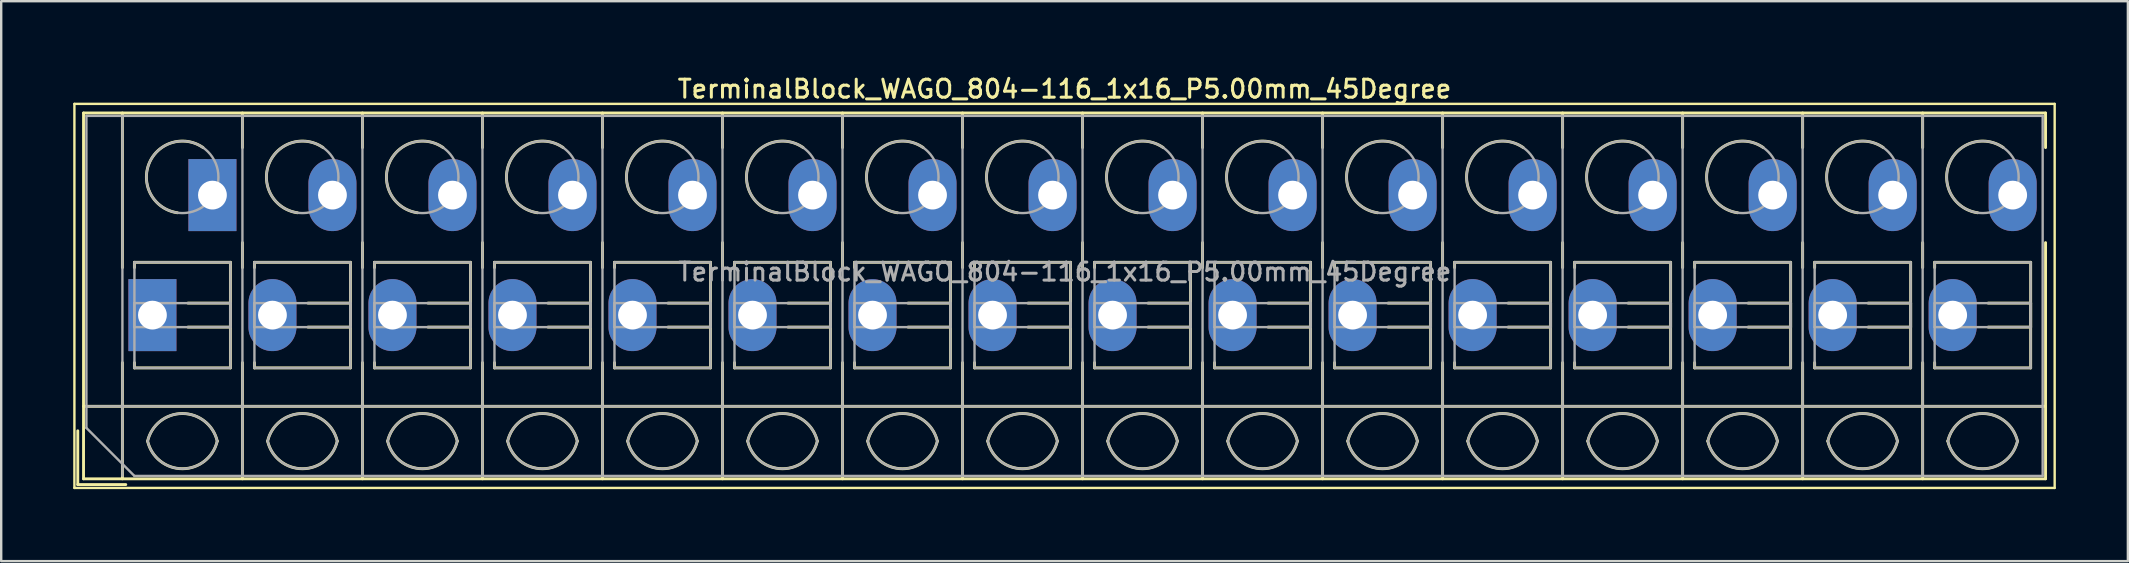
<source format=kicad_pcb>
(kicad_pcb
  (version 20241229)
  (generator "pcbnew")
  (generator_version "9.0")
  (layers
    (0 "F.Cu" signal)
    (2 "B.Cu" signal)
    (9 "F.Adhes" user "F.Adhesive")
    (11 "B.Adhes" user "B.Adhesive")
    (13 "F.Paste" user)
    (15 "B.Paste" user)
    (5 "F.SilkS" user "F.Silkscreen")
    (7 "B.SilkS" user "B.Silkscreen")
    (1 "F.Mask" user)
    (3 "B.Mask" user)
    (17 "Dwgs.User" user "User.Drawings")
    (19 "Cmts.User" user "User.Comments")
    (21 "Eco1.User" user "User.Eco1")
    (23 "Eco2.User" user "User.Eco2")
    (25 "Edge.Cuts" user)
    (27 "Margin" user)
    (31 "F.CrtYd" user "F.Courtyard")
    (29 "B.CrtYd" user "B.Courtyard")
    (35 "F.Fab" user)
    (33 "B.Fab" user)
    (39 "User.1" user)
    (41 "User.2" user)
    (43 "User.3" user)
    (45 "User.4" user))
  (footprint "TerminalBlock_WAGO_804-116_1x16_P5.00mm_45Degree"
    (layer "F.Cu")
    (at 3.3 10.078)
    (property "Reference" "TerminalBlock_WAGO_804-116_1x16_P5.00mm_45Degree" (at 38 -9.42 0) (layer "F.SilkS") (effects (font (size 0.75 0.75) (thickness 0.125))))
    (attr through_hole)
    (fp_line (start -3.25 -8.8) (end -3.25 7.2) (stroke (width 0.1) (type solid)) (layer "F.SilkS"))
    (fp_line (start -3.25 7.2) (end 79.25 7.2) (stroke (width 0.1) (type solid)) (layer "F.SilkS"))
    (fp_line (start -3.11 4.82) (end -3.11 7.06) (stroke (width 0.12) (type solid)) (layer "F.SilkS"))
    (fp_line (start -3.11 7.06) (end -1.11 7.06) (stroke (width 0.12) (type solid)) (layer "F.SilkS"))
    (fp_line (start -2.87 -8.42) (end -2.87 6.82) (stroke (width 0.12) (type solid)) (layer "F.SilkS"))
    (fp_line (start -2.87 -8.42) (end 78.87 -8.42) (stroke (width 0.12) (type solid)) (layer "F.SilkS"))
    (fp_line (start -2.87 3.8) (end 78.87 3.8) (stroke (width 0.12) (type solid)) (layer "F.SilkS"))
    (fp_line (start -2.87 6.82) (end 78.87 6.82) (stroke (width 0.12) (type solid)) (layer "F.SilkS"))
    (fp_line (start -1.25 -8.42) (end -1.25 -1.98) (stroke (width 0.12) (type solid)) (layer "F.SilkS"))
    (fp_line (start -1.25 1.98) (end -1.25 6.82) (stroke (width 0.12) (type solid)) (layer "F.SilkS"))
    (fp_line (start -0.75 -2.2) (end -0.75 -1.98) (stroke (width 0.12) (type solid)) (layer "F.SilkS"))
    (fp_line (start -0.75 -2.2) (end 3.25 -2.2) (stroke (width 0.12) (type solid)) (layer "F.SilkS"))
    (fp_line (start -0.75 1.98) (end -0.75 2.2) (stroke (width 0.12) (type solid)) (layer "F.SilkS"))
    (fp_line (start -0.75 2.2) (end 3.25 2.2) (stroke (width 0.12) (type solid)) (layer "F.SilkS"))
    (fp_line (start 1.48 -0.5) (end 3.25 -0.5) (stroke (width 0.12) (type solid)) (layer "F.SilkS"))
    (fp_line (start 1.48 0.5) (end 3.25 0.5) (stroke (width 0.12) (type solid)) (layer "F.SilkS"))
    (fp_line (start 3.25 -2.2) (end 3.25 2.2) (stroke (width 0.12) (type solid)) (layer "F.SilkS"))
    (fp_line (start 3.25 -0.5) (end 3.25 0.5) (stroke (width 0.12) (type solid)) (layer "F.SilkS"))
    (fp_line (start 3.75 -8.42) (end 3.75 -6.98) (stroke (width 0.12) (type solid)) (layer "F.SilkS"))
    (fp_line (start 3.75 -3.02) (end 3.75 -1.98) (stroke (width 0.12) (type solid)) (layer "F.SilkS"))
    (fp_line (start 3.75 1.98) (end 3.75 6.82) (stroke (width 0.12) (type solid)) (layer "F.SilkS"))
    (fp_line (start 4.25 -2.2) (end 4.25 -1.98) (stroke (width 0.12) (type solid)) (layer "F.SilkS"))
    (fp_line (start 4.25 -2.2) (end 8.25 -2.2) (stroke (width 0.12) (type solid)) (layer "F.SilkS"))
    (fp_line (start 4.25 1.98) (end 4.25 2.2) (stroke (width 0.12) (type solid)) (layer "F.SilkS"))
    (fp_line (start 4.25 2.2) (end 8.25 2.2) (stroke (width 0.12) (type solid)) (layer "F.SilkS"))
    (fp_line (start 6.48 -0.5) (end 8.25 -0.5) (stroke (width 0.12) (type solid)) (layer "F.SilkS"))
    (fp_line (start 6.48 0.5) (end 8.25 0.5) (stroke (width 0.12) (type solid)) (layer "F.SilkS"))
    (fp_line (start 8.25 -2.2) (end 8.25 2.2) (stroke (width 0.12) (type solid)) (layer "F.SilkS"))
    (fp_line (start 8.25 -0.5) (end 8.25 0.5) (stroke (width 0.12) (type solid)) (layer "F.SilkS"))
    (fp_line (start 8.75 -8.42) (end 8.75 -6.98) (stroke (width 0.12) (type solid)) (layer "F.SilkS"))
    (fp_line (start 8.75 -3.02) (end 8.75 -1.98) (stroke (width 0.12) (type solid)) (layer "F.SilkS"))
    (fp_line (start 8.75 1.98) (end 8.75 6.82) (stroke (width 0.12) (type solid)) (layer "F.SilkS"))
    (fp_line (start 9.25 -2.2) (end 9.25 -1.98) (stroke (width 0.12) (type solid)) (layer "F.SilkS"))
    (fp_line (start 9.25 -2.2) (end 13.25 -2.2) (stroke (width 0.12) (type solid)) (layer "F.SilkS"))
    (fp_line (start 9.25 1.98) (end 9.25 2.2) (stroke (width 0.12) (type solid)) (layer "F.SilkS"))
    (fp_line (start 9.25 2.2) (end 13.25 2.2) (stroke (width 0.12) (type solid)) (layer "F.SilkS"))
    (fp_line (start 11.48 -0.5) (end 13.25 -0.5) (stroke (width 0.12) (type solid)) (layer "F.SilkS"))
    (fp_line (start 11.48 0.5) (end 13.25 0.5) (stroke (width 0.12) (type solid)) (layer "F.SilkS"))
    (fp_line (start 13.25 -2.2) (end 13.25 2.2) (stroke (width 0.12) (type solid)) (layer "F.SilkS"))
    (fp_line (start 13.25 -0.5) (end 13.25 0.5) (stroke (width 0.12) (type solid)) (layer "F.SilkS"))
    (fp_line (start 13.75 -8.42) (end 13.75 -6.98) (stroke (width 0.12) (type solid)) (layer "F.SilkS"))
    (fp_line (start 13.75 -3.02) (end 13.75 -1.98) (stroke (width 0.12) (type solid)) (layer "F.SilkS"))
    (fp_line (start 13.75 1.98) (end 13.75 6.82) (stroke (width 0.12) (type solid)) (layer "F.SilkS"))
    (fp_line (start 14.25 -2.2) (end 14.25 -1.98) (stroke (width 0.12) (type solid)) (layer "F.SilkS"))
    (fp_line (start 14.25 -2.2) (end 18.25 -2.2) (stroke (width 0.12) (type solid)) (layer "F.SilkS"))
    (fp_line (start 14.25 1.98) (end 14.25 2.2) (stroke (width 0.12) (type solid)) (layer "F.SilkS"))
    (fp_line (start 14.25 2.2) (end 18.25 2.2) (stroke (width 0.12) (type solid)) (layer "F.SilkS"))
    (fp_line (start 16.48 -0.5) (end 18.25 -0.5) (stroke (width 0.12) (type solid)) (layer "F.SilkS"))
    (fp_line (start 16.48 0.5) (end 18.25 0.5) (stroke (width 0.12) (type solid)) (layer "F.SilkS"))
    (fp_line (start 18.25 -2.2) (end 18.25 2.2) (stroke (width 0.12) (type solid)) (layer "F.SilkS"))
    (fp_line (start 18.25 -0.5) (end 18.25 0.5) (stroke (width 0.12) (type solid)) (layer "F.SilkS"))
    (fp_line (start 18.75 -8.42) (end 18.75 -6.98) (stroke (width 0.12) (type solid)) (layer "F.SilkS"))
    (fp_line (start 18.75 -3.02) (end 18.75 -1.98) (stroke (width 0.12) (type solid)) (layer "F.SilkS"))
    (fp_line (start 18.75 1.98) (end 18.75 6.82) (stroke (width 0.12) (type solid)) (layer "F.SilkS"))
    (fp_line (start 19.25 -2.2) (end 19.25 -1.98) (stroke (width 0.12) (type solid)) (layer "F.SilkS"))
    (fp_line (start 19.25 -2.2) (end 23.25 -2.2) (stroke (width 0.12) (type solid)) (layer "F.SilkS"))
    (fp_line (start 19.25 1.98) (end 19.25 2.2) (stroke (width 0.12) (type solid)) (layer "F.SilkS"))
    (fp_line (start 19.25 2.2) (end 23.25 2.2) (stroke (width 0.12) (type solid)) (layer "F.SilkS"))
    (fp_line (start 21.48 -0.5) (end 23.25 -0.5) (stroke (width 0.12) (type solid)) (layer "F.SilkS"))
    (fp_line (start 21.48 0.5) (end 23.25 0.5) (stroke (width 0.12) (type solid)) (layer "F.SilkS"))
    (fp_line (start 23.25 -2.2) (end 23.25 2.2) (stroke (width 0.12) (type solid)) (layer "F.SilkS"))
    (fp_line (start 23.25 -0.5) (end 23.25 0.5) (stroke (width 0.12) (type solid)) (layer "F.SilkS"))
    (fp_line (start 23.75 -8.42) (end 23.75 -6.98) (stroke (width 0.12) (type solid)) (layer "F.SilkS"))
    (fp_line (start 23.75 -3.02) (end 23.75 -1.98) (stroke (width 0.12) (type solid)) (layer "F.SilkS"))
    (fp_line (start 23.75 1.98) (end 23.75 6.82) (stroke (width 0.12) (type solid)) (layer "F.SilkS"))
    (fp_line (start 24.25 -2.2) (end 24.25 -1.98) (stroke (width 0.12) (type solid)) (layer "F.SilkS"))
    (fp_line (start 24.25 -2.2) (end 28.25 -2.2) (stroke (width 0.12) (type solid)) (layer "F.SilkS"))
    (fp_line (start 24.25 1.98) (end 24.25 2.2) (stroke (width 0.12) (type solid)) (layer "F.SilkS"))
    (fp_line (start 24.25 2.2) (end 28.25 2.2) (stroke (width 0.12) (type solid)) (layer "F.SilkS"))
    (fp_line (start 26.48 -0.5) (end 28.25 -0.5) (stroke (width 0.12) (type solid)) (layer "F.SilkS"))
    (fp_line (start 26.48 0.5) (end 28.25 0.5) (stroke (width 0.12) (type solid)) (layer "F.SilkS"))
    (fp_line (start 28.25 -2.2) (end 28.25 2.2) (stroke (width 0.12) (type solid)) (layer "F.SilkS"))
    (fp_line (start 28.25 -0.5) (end 28.25 0.5) (stroke (width 0.12) (type solid)) (layer "F.SilkS"))
    (fp_line (start 28.75 -8.42) (end 28.75 -6.98) (stroke (width 0.12) (type solid)) (layer "F.SilkS"))
    (fp_line (start 28.75 -3.02) (end 28.75 -1.98) (stroke (width 0.12) (type solid)) (layer "F.SilkS"))
    (fp_line (start 28.75 1.98) (end 28.75 6.82) (stroke (width 0.12) (type solid)) (layer "F.SilkS"))
    (fp_line (start 29.25 -2.2) (end 29.25 -1.98) (stroke (width 0.12) (type solid)) (layer "F.SilkS"))
    (fp_line (start 29.25 -2.2) (end 33.25 -2.2) (stroke (width 0.12) (type solid)) (layer "F.SilkS"))
    (fp_line (start 29.25 1.98) (end 29.25 2.2) (stroke (width 0.12) (type solid)) (layer "F.SilkS"))
    (fp_line (start 29.25 2.2) (end 33.25 2.2) (stroke (width 0.12) (type solid)) (layer "F.SilkS"))
    (fp_line (start 31.48 -0.5) (end 33.25 -0.5) (stroke (width 0.12) (type solid)) (layer "F.SilkS"))
    (fp_line (start 31.48 0.5) (end 33.25 0.5) (stroke (width 0.12) (type solid)) (layer "F.SilkS"))
    (fp_line (start 33.25 -2.2) (end 33.25 2.2) (stroke (width 0.12) (type solid)) (layer "F.SilkS"))
    (fp_line (start 33.25 -0.5) (end 33.25 0.5) (stroke (width 0.12) (type solid)) (layer "F.SilkS"))
    (fp_line (start 33.75 -8.42) (end 33.75 -6.98) (stroke (width 0.12) (type solid)) (layer "F.SilkS"))
    (fp_line (start 33.75 -3.02) (end 33.75 -1.98) (stroke (width 0.12) (type solid)) (layer "F.SilkS"))
    (fp_line (start 33.75 1.98) (end 33.75 6.82) (stroke (width 0.12) (type solid)) (layer "F.SilkS"))
    (fp_line (start 34.25 -2.2) (end 34.25 -1.98) (stroke (width 0.12) (type solid)) (layer "F.SilkS"))
    (fp_line (start 34.25 -2.2) (end 38.25 -2.2) (stroke (width 0.12) (type solid)) (layer "F.SilkS"))
    (fp_line (start 34.25 1.98) (end 34.25 2.2) (stroke (width 0.12) (type solid)) (layer "F.SilkS"))
    (fp_line (start 34.25 2.2) (end 38.25 2.2) (stroke (width 0.12) (type solid)) (layer "F.SilkS"))
    (fp_line (start 36.48 -0.5) (end 38.25 -0.5) (stroke (width 0.12) (type solid)) (layer "F.SilkS"))
    (fp_line (start 36.48 0.5) (end 38.25 0.5) (stroke (width 0.12) (type solid)) (layer "F.SilkS"))
    (fp_line (start 38.25 -2.2) (end 38.25 2.2) (stroke (width 0.12) (type solid)) (layer "F.SilkS"))
    (fp_line (start 38.25 -0.5) (end 38.25 0.5) (stroke (width 0.12) (type solid)) (layer "F.SilkS"))
    (fp_line (start 38.75 -8.42) (end 38.75 -6.98) (stroke (width 0.12) (type solid)) (layer "F.SilkS"))
    (fp_line (start 38.75 -3.02) (end 38.75 -1.98) (stroke (width 0.12) (type solid)) (layer "F.SilkS"))
    (fp_line (start 38.75 1.98) (end 38.75 6.82) (stroke (width 0.12) (type solid)) (layer "F.SilkS"))
    (fp_line (start 39.25 -2.2) (end 39.25 -1.98) (stroke (width 0.12) (type solid)) (layer "F.SilkS"))
    (fp_line (start 39.25 -2.2) (end 43.25 -2.2) (stroke (width 0.12) (type solid)) (layer "F.SilkS"))
    (fp_line (start 39.25 1.98) (end 39.25 2.2) (stroke (width 0.12) (type solid)) (layer "F.SilkS"))
    (fp_line (start 39.25 2.2) (end 43.25 2.2) (stroke (width 0.12) (type solid)) (layer "F.SilkS"))
    (fp_line (start 41.48 -0.5) (end 43.25 -0.5) (stroke (width 0.12) (type solid)) (layer "F.SilkS"))
    (fp_line (start 41.48 0.5) (end 43.25 0.5) (stroke (width 0.12) (type solid)) (layer "F.SilkS"))
    (fp_line (start 43.25 -2.2) (end 43.25 2.2) (stroke (width 0.12) (type solid)) (layer "F.SilkS"))
    (fp_line (start 43.25 -0.5) (end 43.25 0.5) (stroke (width 0.12) (type solid)) (layer "F.SilkS"))
    (fp_line (start 43.75 -8.42) (end 43.75 -6.98) (stroke (width 0.12) (type solid)) (layer "F.SilkS"))
    (fp_line (start 43.75 -3.02) (end 43.75 -1.98) (stroke (width 0.12) (type solid)) (layer "F.SilkS"))
    (fp_line (start 43.75 1.98) (end 43.75 6.82) (stroke (width 0.12) (type solid)) (layer "F.SilkS"))
    (fp_line (start 44.25 -2.2) (end 44.25 -1.98) (stroke (width 0.12) (type solid)) (layer "F.SilkS"))
    (fp_line (start 44.25 -2.2) (end 48.25 -2.2) (stroke (width 0.12) (type solid)) (layer "F.SilkS"))
    (fp_line (start 44.25 1.98) (end 44.25 2.2) (stroke (width 0.12) (type solid)) (layer "F.SilkS"))
    (fp_line (start 44.25 2.2) (end 48.25 2.2) (stroke (width 0.12) (type solid)) (layer "F.SilkS"))
    (fp_line (start 46.48 -0.5) (end 48.25 -0.5) (stroke (width 0.12) (type solid)) (layer "F.SilkS"))
    (fp_line (start 46.48 0.5) (end 48.25 0.5) (stroke (width 0.12) (type solid)) (layer "F.SilkS"))
    (fp_line (start 48.25 -2.2) (end 48.25 2.2) (stroke (width 0.12) (type solid)) (layer "F.SilkS"))
    (fp_line (start 48.25 -0.5) (end 48.25 0.5) (stroke (width 0.12) (type solid)) (layer "F.SilkS"))
    (fp_line (start 48.75 -8.42) (end 48.75 -6.98) (stroke (width 0.12) (type solid)) (layer "F.SilkS"))
    (fp_line (start 48.75 -3.02) (end 48.75 -1.98) (stroke (width 0.12) (type solid)) (layer "F.SilkS"))
    (fp_line (start 48.75 1.98) (end 48.75 6.82) (stroke (width 0.12) (type solid)) (layer "F.SilkS"))
    (fp_line (start 49.25 -2.2) (end 49.25 -1.98) (stroke (width 0.12) (type solid)) (layer "F.SilkS"))
    (fp_line (start 49.25 -2.2) (end 53.25 -2.2) (stroke (width 0.12) (type solid)) (layer "F.SilkS"))
    (fp_line (start 49.25 1.98) (end 49.25 2.2) (stroke (width 0.12) (type solid)) (layer "F.SilkS"))
    (fp_line (start 49.25 2.2) (end 53.25 2.2) (stroke (width 0.12) (type solid)) (layer "F.SilkS"))
    (fp_line (start 51.48 -0.5) (end 53.25 -0.5) (stroke (width 0.12) (type solid)) (layer "F.SilkS"))
    (fp_line (start 51.48 0.5) (end 53.25 0.5) (stroke (width 0.12) (type solid)) (layer "F.SilkS"))
    (fp_line (start 53.25 -2.2) (end 53.25 2.2) (stroke (width 0.12) (type solid)) (layer "F.SilkS"))
    (fp_line (start 53.25 -0.5) (end 53.25 0.5) (stroke (width 0.12) (type solid)) (layer "F.SilkS"))
    (fp_line (start 53.75 -8.42) (end 53.75 -6.98) (stroke (width 0.12) (type solid)) (layer "F.SilkS"))
    (fp_line (start 53.75 -3.02) (end 53.75 -1.98) (stroke (width 0.12) (type solid)) (layer "F.SilkS"))
    (fp_line (start 53.75 1.98) (end 53.75 6.82) (stroke (width 0.12) (type solid)) (layer "F.SilkS"))
    (fp_line (start 54.25 -2.2) (end 54.25 -1.98) (stroke (width 0.12) (type solid)) (layer "F.SilkS"))
    (fp_line (start 54.25 -2.2) (end 58.25 -2.2) (stroke (width 0.12) (type solid)) (layer "F.SilkS"))
    (fp_line (start 54.25 1.98) (end 54.25 2.2) (stroke (width 0.12) (type solid)) (layer "F.SilkS"))
    (fp_line (start 54.25 2.2) (end 58.25 2.2) (stroke (width 0.12) (type solid)) (layer "F.SilkS"))
    (fp_line (start 56.48 -0.5) (end 58.25 -0.5) (stroke (width 0.12) (type solid)) (layer "F.SilkS"))
    (fp_line (start 56.48 0.5) (end 58.25 0.5) (stroke (width 0.12) (type solid)) (layer "F.SilkS"))
    (fp_line (start 58.25 -2.2) (end 58.25 2.2) (stroke (width 0.12) (type solid)) (layer "F.SilkS"))
    (fp_line (start 58.25 -0.5) (end 58.25 0.5) (stroke (width 0.12) (type solid)) (layer "F.SilkS"))
    (fp_line (start 58.75 -8.42) (end 58.75 -6.98) (stroke (width 0.12) (type solid)) (layer "F.SilkS"))
    (fp_line (start 58.75 -3.02) (end 58.75 -1.98) (stroke (width 0.12) (type solid)) (layer "F.SilkS"))
    (fp_line (start 58.75 1.98) (end 58.75 6.82) (stroke (width 0.12) (type solid)) (layer "F.SilkS"))
    (fp_line (start 59.25 -2.2) (end 59.25 -1.98) (stroke (width 0.12) (type solid)) (layer "F.SilkS"))
    (fp_line (start 59.25 -2.2) (end 63.25 -2.2) (stroke (width 0.12) (type solid)) (layer "F.SilkS"))
    (fp_line (start 59.25 1.98) (end 59.25 2.2) (stroke (width 0.12) (type solid)) (layer "F.SilkS"))
    (fp_line (start 59.25 2.2) (end 63.25 2.2) (stroke (width 0.12) (type solid)) (layer "F.SilkS"))
    (fp_line (start 61.48 -0.5) (end 63.25 -0.5) (stroke (width 0.12) (type solid)) (layer "F.SilkS"))
    (fp_line (start 61.48 0.5) (end 63.25 0.5) (stroke (width 0.12) (type solid)) (layer "F.SilkS"))
    (fp_line (start 63.25 -2.2) (end 63.25 2.2) (stroke (width 0.12) (type solid)) (layer "F.SilkS"))
    (fp_line (start 63.25 -0.5) (end 63.25 0.5) (stroke (width 0.12) (type solid)) (layer "F.SilkS"))
    (fp_line (start 63.75 -8.42) (end 63.75 -6.98) (stroke (width 0.12) (type solid)) (layer "F.SilkS"))
    (fp_line (start 63.75 -3.02) (end 63.75 -1.98) (stroke (width 0.12) (type solid)) (layer "F.SilkS"))
    (fp_line (start 63.75 1.98) (end 63.75 6.82) (stroke (width 0.12) (type solid)) (layer "F.SilkS"))
    (fp_line (start 64.25 -2.2) (end 64.25 -1.98) (stroke (width 0.12) (type solid)) (layer "F.SilkS"))
    (fp_line (start 64.25 -2.2) (end 68.25 -2.2) (stroke (width 0.12) (type solid)) (layer "F.SilkS"))
    (fp_line (start 64.25 1.98) (end 64.25 2.2) (stroke (width 0.12) (type solid)) (layer "F.SilkS"))
    (fp_line (start 64.25 2.2) (end 68.25 2.2) (stroke (width 0.12) (type solid)) (layer "F.SilkS"))
    (fp_line (start 66.48 -0.5) (end 68.25 -0.5) (stroke (width 0.12) (type solid)) (layer "F.SilkS"))
    (fp_line (start 66.48 0.5) (end 68.25 0.5) (stroke (width 0.12) (type solid)) (layer "F.SilkS"))
    (fp_line (start 68.25 -2.2) (end 68.25 2.2) (stroke (width 0.12) (type solid)) (layer "F.SilkS"))
    (fp_line (start 68.25 -0.5) (end 68.25 0.5) (stroke (width 0.12) (type solid)) (layer "F.SilkS"))
    (fp_line (start 68.75 -8.42) (end 68.75 -6.98) (stroke (width 0.12) (type solid)) (layer "F.SilkS"))
    (fp_line (start 68.75 -3.02) (end 68.75 -1.98) (stroke (width 0.12) (type solid)) (layer "F.SilkS"))
    (fp_line (start 68.75 1.98) (end 68.75 6.82) (stroke (width 0.12) (type solid)) (layer "F.SilkS"))
    (fp_line (start 69.25 -2.2) (end 69.25 -1.98) (stroke (width 0.12) (type solid)) (layer "F.SilkS"))
    (fp_line (start 69.25 -2.2) (end 73.25 -2.2) (stroke (width 0.12) (type solid)) (layer "F.SilkS"))
    (fp_line (start 69.25 1.98) (end 69.25 2.2) (stroke (width 0.12) (type solid)) (layer "F.SilkS"))
    (fp_line (start 69.25 2.2) (end 73.25 2.2) (stroke (width 0.12) (type solid)) (layer "F.SilkS"))
    (fp_line (start 71.48 -0.5) (end 73.25 -0.5) (stroke (width 0.12) (type solid)) (layer "F.SilkS"))
    (fp_line (start 71.48 0.5) (end 73.25 0.5) (stroke (width 0.12) (type solid)) (layer "F.SilkS"))
    (fp_line (start 73.25 -2.2) (end 73.25 2.2) (stroke (width 0.12) (type solid)) (layer "F.SilkS"))
    (fp_line (start 73.25 -0.5) (end 73.25 0.5) (stroke (width 0.12) (type solid)) (layer "F.SilkS"))
    (fp_line (start 73.75 -8.42) (end 73.75 -6.98) (stroke (width 0.12) (type solid)) (layer "F.SilkS"))
    (fp_line (start 73.75 -3.02) (end 73.75 -1.98) (stroke (width 0.12) (type solid)) (layer "F.SilkS"))
    (fp_line (start 73.75 1.98) (end 73.75 6.82) (stroke (width 0.12) (type solid)) (layer "F.SilkS"))
    (fp_line (start 74.25 -2.2) (end 74.25 -1.98) (stroke (width 0.12) (type solid)) (layer "F.SilkS"))
    (fp_line (start 74.25 -2.2) (end 78.25 -2.2) (stroke (width 0.12) (type solid)) (layer "F.SilkS"))
    (fp_line (start 74.25 1.98) (end 74.25 2.2) (stroke (width 0.12) (type solid)) (layer "F.SilkS"))
    (fp_line (start 74.25 2.2) (end 78.25 2.2) (stroke (width 0.12) (type solid)) (layer "F.SilkS"))
    (fp_line (start 76.48 -0.5) (end 78.25 -0.5) (stroke (width 0.12) (type solid)) (layer "F.SilkS"))
    (fp_line (start 76.48 0.5) (end 78.25 0.5) (stroke (width 0.12) (type solid)) (layer "F.SilkS"))
    (fp_line (start 78.25 -2.2) (end 78.25 2.2) (stroke (width 0.12) (type solid)) (layer "F.SilkS"))
    (fp_line (start 78.25 -0.5) (end 78.25 0.5) (stroke (width 0.12) (type solid)) (layer "F.SilkS"))
    (fp_line (start 78.87 -8.42) (end 78.87 -6.98) (stroke (width 0.12) (type solid)) (layer "F.SilkS"))
    (fp_line (start 78.87 -3.02) (end 78.87 6.82) (stroke (width 0.12) (type solid)) (layer "F.SilkS"))
    (fp_line (start 79.25 -8.8) (end -3.25 -8.8) (stroke (width 0.1) (type solid)) (layer "F.SilkS"))
    (fp_line (start 79.25 7.2) (end 79.25 -8.8) (stroke (width 0.1) (type solid)) (layer "F.SilkS"))
    (fp_arc (start -0.200865 5.250424) (mid 1.250296 4.099926) (end 2.701 5.251) (stroke (width 0.12) (type solid)) (layer "F.SilkS"))
    (fp_arc (start 1.040798 -4.264067) (mid -0.146039 -6.300306) (end 2.111 -6.979) (stroke (width 0.12) (type solid)) (layer "F.SilkS"))
    (fp_arc (start 2.7 5.25) (mid 1.250068 6.400101) (end -0.199969 5.250133) (stroke (width 0.12) (type solid)) (layer "F.SilkS"))
    (fp_arc (start 4.799135 5.250424) (mid 6.250296 4.099926) (end 7.701 5.251) (stroke (width 0.12) (type solid)) (layer "F.SilkS"))
    (fp_arc (start 6.040798 -4.264067) (mid 4.853961 -6.300306) (end 7.111 -6.979) (stroke (width 0.12) (type solid)) (layer "F.SilkS"))
    (fp_arc (start 7.7 5.25) (mid 6.250068 6.400101) (end 4.800031 5.250133) (stroke (width 0.12) (type solid)) (layer "F.SilkS"))
    (fp_arc (start 9.799135 5.250424) (mid 11.250296 4.099926) (end 12.701 5.251) (stroke (width 0.12) (type solid)) (layer "F.SilkS"))
    (fp_arc (start 11.040798 -4.264067) (mid 9.853961 -6.300306) (end 12.111 -6.979) (stroke (width 0.12) (type solid)) (layer "F.SilkS"))
    (fp_arc (start 12.7 5.25) (mid 11.250068 6.400101) (end 9.800031 5.250133) (stroke (width 0.12) (type solid)) (layer "F.SilkS"))
    (fp_arc (start 14.799135 5.250424) (mid 16.250296 4.099926) (end 17.701 5.251) (stroke (width 0.12) (type solid)) (layer "F.SilkS"))
    (fp_arc (start 16.040798 -4.264067) (mid 14.853961 -6.300306) (end 17.111 -6.979) (stroke (width 0.12) (type solid)) (layer "F.SilkS"))
    (fp_arc (start 17.7 5.25) (mid 16.250068 6.400101) (end 14.800031 5.250133) (stroke (width 0.12) (type solid)) (layer "F.SilkS"))
    (fp_arc (start 19.799135 5.250424) (mid 21.250296 4.099926) (end 22.701 5.251) (stroke (width 0.12) (type solid)) (layer "F.SilkS"))
    (fp_arc (start 21.040798 -4.264067) (mid 19.853961 -6.300306) (end 22.111 -6.979) (stroke (width 0.12) (type solid)) (layer "F.SilkS"))
    (fp_arc (start 22.7 5.25) (mid 21.250068 6.400101) (end 19.800031 5.250133) (stroke (width 0.12) (type solid)) (layer "F.SilkS"))
    (fp_arc (start 24.799135 5.250424) (mid 26.250296 4.099926) (end 27.701 5.251) (stroke (width 0.12) (type solid)) (layer "F.SilkS"))
    (fp_arc (start 26.040798 -4.264067) (mid 24.853961 -6.300306) (end 27.111 -6.979) (stroke (width 0.12) (type solid)) (layer "F.SilkS"))
    (fp_arc (start 27.7 5.25) (mid 26.250068 6.400101) (end 24.800031 5.250133) (stroke (width 0.12) (type solid)) (layer "F.SilkS"))
    (fp_arc (start 29.799135 5.250424) (mid 31.250296 4.099926) (end 32.701 5.251) (stroke (width 0.12) (type solid)) (layer "F.SilkS"))
    (fp_arc (start 31.040798 -4.264067) (mid 29.853961 -6.300306) (end 32.111 -6.979) (stroke (width 0.12) (type solid)) (layer "F.SilkS"))
    (fp_arc (start 32.701 5.25) (mid 31.250296 6.401074) (end 29.799135 5.250576) (stroke (width 0.12) (type solid)) (layer "F.SilkS"))
    (fp_arc (start 34.799135 5.250424) (mid 36.250296 4.099926) (end 37.701 5.251) (stroke (width 0.12) (type solid)) (layer "F.SilkS"))
    (fp_arc (start 36.040798 -4.264067) (mid 34.853961 -6.300306) (end 37.111 -6.979) (stroke (width 0.12) (type solid)) (layer "F.SilkS"))
    (fp_arc (start 37.7 5.25) (mid 36.250068 6.400101) (end 34.800031 5.250133) (stroke (width 0.12) (type solid)) (layer "F.SilkS"))
    (fp_arc (start 39.799135 5.250424) (mid 41.250296 4.099926) (end 42.701 5.251) (stroke (width 0.12) (type solid)) (layer "F.SilkS"))
    (fp_arc (start 41.040798 -4.264067) (mid 39.853961 -6.300306) (end 42.111 -6.979) (stroke (width 0.12) (type solid)) (layer "F.SilkS"))
    (fp_arc (start 42.7 5.25) (mid 41.250068 6.400101) (end 39.800031 5.250133) (stroke (width 0.12) (type solid)) (layer "F.SilkS"))
    (fp_arc (start 44.799135 5.250424) (mid 46.250296 4.099926) (end 47.701 5.251) (stroke (width 0.12) (type solid)) (layer "F.SilkS"))
    (fp_arc (start 46.040798 -4.264067) (mid 44.853961 -6.300306) (end 47.111 -6.979) (stroke (width 0.12) (type solid)) (layer "F.SilkS"))
    (fp_arc (start 47.7 5.25) (mid 46.250068 6.400101) (end 44.800031 5.250133) (stroke (width 0.12) (type solid)) (layer "F.SilkS"))
    (fp_arc (start 49.799135 5.250424) (mid 51.250296 4.099926) (end 52.701 5.251) (stroke (width 0.12) (type solid)) (layer "F.SilkS"))
    (fp_arc (start 51.040798 -4.264067) (mid 49.853961 -6.300306) (end 52.111 -6.979) (stroke (width 0.12) (type solid)) (layer "F.SilkS"))
    (fp_arc (start 52.7 5.25) (mid 51.250068 6.400101) (end 49.800031 5.250133) (stroke (width 0.12) (type solid)) (layer "F.SilkS"))
    (fp_arc (start 54.799135 5.250424) (mid 56.250296 4.099926) (end 57.701 5.251) (stroke (width 0.12) (type solid)) (layer "F.SilkS"))
    (fp_arc (start 56.040798 -4.264067) (mid 54.853961 -6.300306) (end 57.111 -6.979) (stroke (width 0.12) (type solid)) (layer "F.SilkS"))
    (fp_arc (start 57.7 5.25) (mid 56.250068 6.400101) (end 54.800031 5.250133) (stroke (width 0.12) (type solid)) (layer "F.SilkS"))
    (fp_arc (start 59.799135 5.250424) (mid 61.250296 4.099926) (end 62.701 5.251) (stroke (width 0.12) (type solid)) (layer "F.SilkS"))
    (fp_arc (start 61.040798 -4.264067) (mid 59.853961 -6.300306) (end 62.111 -6.979) (stroke (width 0.12) (type solid)) (layer "F.SilkS"))
    (fp_arc (start 62.7 5.25) (mid 61.250068 6.400101) (end 59.800031 5.250133) (stroke (width 0.12) (type solid)) (layer "F.SilkS"))
    (fp_arc (start 64.799135 5.250424) (mid 66.250296 4.099926) (end 67.701 5.251) (stroke (width 0.12) (type solid)) (layer "F.SilkS"))
    (fp_arc (start 66.040798 -4.264067) (mid 64.853961 -6.300306) (end 67.111 -6.979) (stroke (width 0.12) (type solid)) (layer "F.SilkS"))
    (fp_arc (start 67.7 5.25) (mid 66.250068 6.400101) (end 64.800031 5.250133) (stroke (width 0.12) (type solid)) (layer "F.SilkS"))
    (fp_arc (start 69.799135 5.250424) (mid 71.250296 4.099926) (end 72.701 5.251) (stroke (width 0.12) (type solid)) (layer "F.SilkS"))
    (fp_arc (start 71.040798 -4.264067) (mid 69.853961 -6.300306) (end 72.111 -6.979) (stroke (width 0.12) (type solid)) (layer "F.SilkS"))
    (fp_arc (start 72.7 5.25) (mid 71.250068 6.400101) (end 69.800031 5.250133) (stroke (width 0.12) (type solid)) (layer "F.SilkS"))
    (fp_arc (start 74.799135 5.250424) (mid 76.250296 4.099926) (end 77.701 5.251) (stroke (width 0.12) (type solid)) (layer "F.SilkS"))
    (fp_arc (start 76.040798 -4.264067) (mid 74.853961 -6.300306) (end 77.111 -6.979) (stroke (width 0.12) (type solid)) (layer "F.SilkS"))
    (fp_arc (start 77.7 5.25) (mid 76.250068 6.400101) (end 74.800031 5.250133) (stroke (width 0.12) (type solid)) (layer "F.SilkS"))
    (fp_line (start -2.75 -8.3) (end 78.75 -8.3) (stroke (width 0.1) (type solid)) (layer "F.Fab"))
    (fp_line (start -2.75 3.8) (end 78.75 3.8) (stroke (width 0.1) (type solid)) (layer "F.Fab"))
    (fp_line (start -2.75 4.7) (end -2.75 -8.3) (stroke (width 0.1) (type solid)) (layer "F.Fab"))
    (fp_line (start -1.25 -8.3) (end -1.25 6.7) (stroke (width 0.1) (type solid)) (layer "F.Fab"))
    (fp_line (start -0.75 -2.2) (end -0.75 2.2) (stroke (width 0.1) (type solid)) (layer "F.Fab"))
    (fp_line (start -0.75 -0.5) (end -0.75 0.5) (stroke (width 0.1) (type solid)) (layer "F.Fab"))
    (fp_line (start -0.75 0.5) (end 3.25 0.5) (stroke (width 0.1) (type solid)) (layer "F.Fab"))
    (fp_line (start -0.75 2.2) (end 3.25 2.2) (stroke (width 0.1) (type solid)) (layer "F.Fab"))
    (fp_line (start -0.75 6.7) (end -2.75 4.7) (stroke (width 0.1) (type solid)) (layer "F.Fab"))
    (fp_line (start 3.25 -2.2) (end -0.75 -2.2) (stroke (width 0.1) (type solid)) (layer "F.Fab"))
    (fp_line (start 3.25 -0.5) (end -0.75 -0.5) (stroke (width 0.1) (type solid)) (layer "F.Fab"))
    (fp_line (start 3.25 0.5) (end 3.25 -0.5) (stroke (width 0.1) (type solid)) (layer "F.Fab"))
    (fp_line (start 3.25 2.2) (end 3.25 -2.2) (stroke (width 0.1) (type solid)) (layer "F.Fab"))
    (fp_line (start 3.75 -8.3) (end 3.75 6.7) (stroke (width 0.1) (type solid)) (layer "F.Fab"))
    (fp_line (start 4.25 -2.2) (end 4.25 2.2) (stroke (width 0.1) (type solid)) (layer "F.Fab"))
    (fp_line (start 4.25 -0.5) (end 4.25 0.5) (stroke (width 0.1) (type solid)) (layer "F.Fab"))
    (fp_line (start 4.25 0.5) (end 8.25 0.5) (stroke (width 0.1) (type solid)) (layer "F.Fab"))
    (fp_line (start 4.25 2.2) (end 8.25 2.2) (stroke (width 0.1) (type solid)) (layer "F.Fab"))
    (fp_line (start 8.25 -2.2) (end 4.25 -2.2) (stroke (width 0.1) (type solid)) (layer "F.Fab"))
    (fp_line (start 8.25 -0.5) (end 4.25 -0.5) (stroke (width 0.1) (type solid)) (layer "F.Fab"))
    (fp_line (start 8.25 0.5) (end 8.25 -0.5) (stroke (width 0.1) (type solid)) (layer "F.Fab"))
    (fp_line (start 8.25 2.2) (end 8.25 -2.2) (stroke (width 0.1) (type solid)) (layer "F.Fab"))
    (fp_line (start 8.75 -8.3) (end 8.75 6.7) (stroke (width 0.1) (type solid)) (layer "F.Fab"))
    (fp_line (start 9.25 -2.2) (end 9.25 2.2) (stroke (width 0.1) (type solid)) (layer "F.Fab"))
    (fp_line (start 9.25 -0.5) (end 9.25 0.5) (stroke (width 0.1) (type solid)) (layer "F.Fab"))
    (fp_line (start 9.25 0.5) (end 13.25 0.5) (stroke (width 0.1) (type solid)) (layer "F.Fab"))
    (fp_line (start 9.25 2.2) (end 13.25 2.2) (stroke (width 0.1) (type solid)) (layer "F.Fab"))
    (fp_line (start 13.25 -2.2) (end 9.25 -2.2) (stroke (width 0.1) (type solid)) (layer "F.Fab"))
    (fp_line (start 13.25 -0.5) (end 9.25 -0.5) (stroke (width 0.1) (type solid)) (layer "F.Fab"))
    (fp_line (start 13.25 0.5) (end 13.25 -0.5) (stroke (width 0.1) (type solid)) (layer "F.Fab"))
    (fp_line (start 13.25 2.2) (end 13.25 -2.2) (stroke (width 0.1) (type solid)) (layer "F.Fab"))
    (fp_line (start 13.75 -8.3) (end 13.75 6.7) (stroke (width 0.1) (type solid)) (layer "F.Fab"))
    (fp_line (start 14.25 -2.2) (end 14.25 2.2) (stroke (width 0.1) (type solid)) (layer "F.Fab"))
    (fp_line (start 14.25 -0.5) (end 14.25 0.5) (stroke (width 0.1) (type solid)) (layer "F.Fab"))
    (fp_line (start 14.25 0.5) (end 18.25 0.5) (stroke (width 0.1) (type solid)) (layer "F.Fab"))
    (fp_line (start 14.25 2.2) (end 18.25 2.2) (stroke (width 0.1) (type solid)) (layer "F.Fab"))
    (fp_line (start 18.25 -2.2) (end 14.25 -2.2) (stroke (width 0.1) (type solid)) (layer "F.Fab"))
    (fp_line (start 18.25 -0.5) (end 14.25 -0.5) (stroke (width 0.1) (type solid)) (layer "F.Fab"))
    (fp_line (start 18.25 0.5) (end 18.25 -0.5) (stroke (width 0.1) (type solid)) (layer "F.Fab"))
    (fp_line (start 18.25 2.2) (end 18.25 -2.2) (stroke (width 0.1) (type solid)) (layer "F.Fab"))
    (fp_line (start 18.75 -8.3) (end 18.75 6.7) (stroke (width 0.1) (type solid)) (layer "F.Fab"))
    (fp_line (start 19.25 -2.2) (end 19.25 2.2) (stroke (width 0.1) (type solid)) (layer "F.Fab"))
    (fp_line (start 19.25 -0.5) (end 19.25 0.5) (stroke (width 0.1) (type solid)) (layer "F.Fab"))
    (fp_line (start 19.25 0.5) (end 23.25 0.5) (stroke (width 0.1) (type solid)) (layer "F.Fab"))
    (fp_line (start 19.25 2.2) (end 23.25 2.2) (stroke (width 0.1) (type solid)) (layer "F.Fab"))
    (fp_line (start 23.25 -2.2) (end 19.25 -2.2) (stroke (width 0.1) (type solid)) (layer "F.Fab"))
    (fp_line (start 23.25 -0.5) (end 19.25 -0.5) (stroke (width 0.1) (type solid)) (layer "F.Fab"))
    (fp_line (start 23.25 0.5) (end 23.25 -0.5) (stroke (width 0.1) (type solid)) (layer "F.Fab"))
    (fp_line (start 23.25 2.2) (end 23.25 -2.2) (stroke (width 0.1) (type solid)) (layer "F.Fab"))
    (fp_line (start 23.75 -8.3) (end 23.75 6.7) (stroke (width 0.1) (type solid)) (layer "F.Fab"))
    (fp_line (start 24.25 -2.2) (end 24.25 2.2) (stroke (width 0.1) (type solid)) (layer "F.Fab"))
    (fp_line (start 24.25 -0.5) (end 24.25 0.5) (stroke (width 0.1) (type solid)) (layer "F.Fab"))
    (fp_line (start 24.25 0.5) (end 28.25 0.5) (stroke (width 0.1) (type solid)) (layer "F.Fab"))
    (fp_line (start 24.25 2.2) (end 28.25 2.2) (stroke (width 0.1) (type solid)) (layer "F.Fab"))
    (fp_line (start 28.25 -2.2) (end 24.25 -2.2) (stroke (width 0.1) (type solid)) (layer "F.Fab"))
    (fp_line (start 28.25 -0.5) (end 24.25 -0.5) (stroke (width 0.1) (type solid)) (layer "F.Fab"))
    (fp_line (start 28.25 0.5) (end 28.25 -0.5) (stroke (width 0.1) (type solid)) (layer "F.Fab"))
    (fp_line (start 28.25 2.2) (end 28.25 -2.2) (stroke (width 0.1) (type solid)) (layer "F.Fab"))
    (fp_line (start 28.75 -8.3) (end 28.75 6.7) (stroke (width 0.1) (type solid)) (layer "F.Fab"))
    (fp_line (start 29.25 -2.2) (end 29.25 2.2) (stroke (width 0.1) (type solid)) (layer "F.Fab"))
    (fp_line (start 29.25 -0.5) (end 29.25 0.5) (stroke (width 0.1) (type solid)) (layer "F.Fab"))
    (fp_line (start 29.25 0.5) (end 33.25 0.5) (stroke (width 0.1) (type solid)) (layer "F.Fab"))
    (fp_line (start 29.25 2.2) (end 33.25 2.2) (stroke (width 0.1) (type solid)) (layer "F.Fab"))
    (fp_line (start 33.25 -2.2) (end 29.25 -2.2) (stroke (width 0.1) (type solid)) (layer "F.Fab"))
    (fp_line (start 33.25 -0.5) (end 29.25 -0.5) (stroke (width 0.1) (type solid)) (layer "F.Fab"))
    (fp_line (start 33.25 0.5) (end 33.25 -0.5) (stroke (width 0.1) (type solid)) (layer "F.Fab"))
    (fp_line (start 33.25 2.2) (end 33.25 -2.2) (stroke (width 0.1) (type solid)) (layer "F.Fab"))
    (fp_line (start 33.75 -8.3) (end 33.75 6.7) (stroke (width 0.1) (type solid)) (layer "F.Fab"))
    (fp_line (start 34.25 -2.2) (end 34.25 2.2) (stroke (width 0.1) (type solid)) (layer "F.Fab"))
    (fp_line (start 34.25 -0.5) (end 34.25 0.5) (stroke (width 0.1) (type solid)) (layer "F.Fab"))
    (fp_line (start 34.25 0.5) (end 38.25 0.5) (stroke (width 0.1) (type solid)) (layer "F.Fab"))
    (fp_line (start 34.25 2.2) (end 38.25 2.2) (stroke (width 0.1) (type solid)) (layer "F.Fab"))
    (fp_line (start 38.25 -2.2) (end 34.25 -2.2) (stroke (width 0.1) (type solid)) (layer "F.Fab"))
    (fp_line (start 38.25 -0.5) (end 34.25 -0.5) (stroke (width 0.1) (type solid)) (layer "F.Fab"))
    (fp_line (start 38.25 0.5) (end 38.25 -0.5) (stroke (width 0.1) (type solid)) (layer "F.Fab"))
    (fp_line (start 38.25 2.2) (end 38.25 -2.2) (stroke (width 0.1) (type solid)) (layer "F.Fab"))
    (fp_line (start 38.75 -8.3) (end 38.75 6.7) (stroke (width 0.1) (type solid)) (layer "F.Fab"))
    (fp_line (start 39.25 -2.2) (end 39.25 2.2) (stroke (width 0.1) (type solid)) (layer "F.Fab"))
    (fp_line (start 39.25 -0.5) (end 39.25 0.5) (stroke (width 0.1) (type solid)) (layer "F.Fab"))
    (fp_line (start 39.25 0.5) (end 43.25 0.5) (stroke (width 0.1) (type solid)) (layer "F.Fab"))
    (fp_line (start 39.25 2.2) (end 43.25 2.2) (stroke (width 0.1) (type solid)) (layer "F.Fab"))
    (fp_line (start 43.25 -2.2) (end 39.25 -2.2) (stroke (width 0.1) (type solid)) (layer "F.Fab"))
    (fp_line (start 43.25 -0.5) (end 39.25 -0.5) (stroke (width 0.1) (type solid)) (layer "F.Fab"))
    (fp_line (start 43.25 0.5) (end 43.25 -0.5) (stroke (width 0.1) (type solid)) (layer "F.Fab"))
    (fp_line (start 43.25 2.2) (end 43.25 -2.2) (stroke (width 0.1) (type solid)) (layer "F.Fab"))
    (fp_line (start 43.75 -8.3) (end 43.75 6.7) (stroke (width 0.1) (type solid)) (layer "F.Fab"))
    (fp_line (start 44.25 -2.2) (end 44.25 2.2) (stroke (width 0.1) (type solid)) (layer "F.Fab"))
    (fp_line (start 44.25 -0.5) (end 44.25 0.5) (stroke (width 0.1) (type solid)) (layer "F.Fab"))
    (fp_line (start 44.25 0.5) (end 48.25 0.5) (stroke (width 0.1) (type solid)) (layer "F.Fab"))
    (fp_line (start 44.25 2.2) (end 48.25 2.2) (stroke (width 0.1) (type solid)) (layer "F.Fab"))
    (fp_line (start 48.25 -2.2) (end 44.25 -2.2) (stroke (width 0.1) (type solid)) (layer "F.Fab"))
    (fp_line (start 48.25 -0.5) (end 44.25 -0.5) (stroke (width 0.1) (type solid)) (layer "F.Fab"))
    (fp_line (start 48.25 0.5) (end 48.25 -0.5) (stroke (width 0.1) (type solid)) (layer "F.Fab"))
    (fp_line (start 48.25 2.2) (end 48.25 -2.2) (stroke (width 0.1) (type solid)) (layer "F.Fab"))
    (fp_line (start 48.75 -8.3) (end 48.75 6.7) (stroke (width 0.1) (type solid)) (layer "F.Fab"))
    (fp_line (start 49.25 -2.2) (end 49.25 2.2) (stroke (width 0.1) (type solid)) (layer "F.Fab"))
    (fp_line (start 49.25 -0.5) (end 49.25 0.5) (stroke (width 0.1) (type solid)) (layer "F.Fab"))
    (fp_line (start 49.25 0.5) (end 53.25 0.5) (stroke (width 0.1) (type solid)) (layer "F.Fab"))
    (fp_line (start 49.25 2.2) (end 53.25 2.2) (stroke (width 0.1) (type solid)) (layer "F.Fab"))
    (fp_line (start 53.25 -2.2) (end 49.25 -2.2) (stroke (width 0.1) (type solid)) (layer "F.Fab"))
    (fp_line (start 53.25 -0.5) (end 49.25 -0.5) (stroke (width 0.1) (type solid)) (layer "F.Fab"))
    (fp_line (start 53.25 0.5) (end 53.25 -0.5) (stroke (width 0.1) (type solid)) (layer "F.Fab"))
    (fp_line (start 53.25 2.2) (end 53.25 -2.2) (stroke (width 0.1) (type solid)) (layer "F.Fab"))
    (fp_line (start 53.75 -8.3) (end 53.75 6.7) (stroke (width 0.1) (type solid)) (layer "F.Fab"))
    (fp_line (start 54.25 -2.2) (end 54.25 2.2) (stroke (width 0.1) (type solid)) (layer "F.Fab"))
    (fp_line (start 54.25 -0.5) (end 54.25 0.5) (stroke (width 0.1) (type solid)) (layer "F.Fab"))
    (fp_line (start 54.25 0.5) (end 58.25 0.5) (stroke (width 0.1) (type solid)) (layer "F.Fab"))
    (fp_line (start 54.25 2.2) (end 58.25 2.2) (stroke (width 0.1) (type solid)) (layer "F.Fab"))
    (fp_line (start 58.25 -2.2) (end 54.25 -2.2) (stroke (width 0.1) (type solid)) (layer "F.Fab"))
    (fp_line (start 58.25 -0.5) (end 54.25 -0.5) (stroke (width 0.1) (type solid)) (layer "F.Fab"))
    (fp_line (start 58.25 0.5) (end 58.25 -0.5) (stroke (width 0.1) (type solid)) (layer "F.Fab"))
    (fp_line (start 58.25 2.2) (end 58.25 -2.2) (stroke (width 0.1) (type solid)) (layer "F.Fab"))
    (fp_line (start 58.75 -8.3) (end 58.75 6.7) (stroke (width 0.1) (type solid)) (layer "F.Fab"))
    (fp_line (start 59.25 -2.2) (end 59.25 2.2) (stroke (width 0.1) (type solid)) (layer "F.Fab"))
    (fp_line (start 59.25 -0.5) (end 59.25 0.5) (stroke (width 0.1) (type solid)) (layer "F.Fab"))
    (fp_line (start 59.25 0.5) (end 63.25 0.5) (stroke (width 0.1) (type solid)) (layer "F.Fab"))
    (fp_line (start 59.25 2.2) (end 63.25 2.2) (stroke (width 0.1) (type solid)) (layer "F.Fab"))
    (fp_line (start 63.25 -2.2) (end 59.25 -2.2) (stroke (width 0.1) (type solid)) (layer "F.Fab"))
    (fp_line (start 63.25 -0.5) (end 59.25 -0.5) (stroke (width 0.1) (type solid)) (layer "F.Fab"))
    (fp_line (start 63.25 0.5) (end 63.25 -0.5) (stroke (width 0.1) (type solid)) (layer "F.Fab"))
    (fp_line (start 63.25 2.2) (end 63.25 -2.2) (stroke (width 0.1) (type solid)) (layer "F.Fab"))
    (fp_line (start 63.75 -8.3) (end 63.75 6.7) (stroke (width 0.1) (type solid)) (layer "F.Fab"))
    (fp_line (start 64.25 -2.2) (end 64.25 2.2) (stroke (width 0.1) (type solid)) (layer "F.Fab"))
    (fp_line (start 64.25 -0.5) (end 64.25 0.5) (stroke (width 0.1) (type solid)) (layer "F.Fab"))
    (fp_line (start 64.25 0.5) (end 68.25 0.5) (stroke (width 0.1) (type solid)) (layer "F.Fab"))
    (fp_line (start 64.25 2.2) (end 68.25 2.2) (stroke (width 0.1) (type solid)) (layer "F.Fab"))
    (fp_line (start 68.25 -2.2) (end 64.25 -2.2) (stroke (width 0.1) (type solid)) (layer "F.Fab"))
    (fp_line (start 68.25 -0.5) (end 64.25 -0.5) (stroke (width 0.1) (type solid)) (layer "F.Fab"))
    (fp_line (start 68.25 0.5) (end 68.25 -0.5) (stroke (width 0.1) (type solid)) (layer "F.Fab"))
    (fp_line (start 68.25 2.2) (end 68.25 -2.2) (stroke (width 0.1) (type solid)) (layer "F.Fab"))
    (fp_line (start 68.75 -8.3) (end 68.75 6.7) (stroke (width 0.1) (type solid)) (layer "F.Fab"))
    (fp_line (start 69.25 -2.2) (end 69.25 2.2) (stroke (width 0.1) (type solid)) (layer "F.Fab"))
    (fp_line (start 69.25 -0.5) (end 69.25 0.5) (stroke (width 0.1) (type solid)) (layer "F.Fab"))
    (fp_line (start 69.25 0.5) (end 73.25 0.5) (stroke (width 0.1) (type solid)) (layer "F.Fab"))
    (fp_line (start 69.25 2.2) (end 73.25 2.2) (stroke (width 0.1) (type solid)) (layer "F.Fab"))
    (fp_line (start 73.25 -2.2) (end 69.25 -2.2) (stroke (width 0.1) (type solid)) (layer "F.Fab"))
    (fp_line (start 73.25 -0.5) (end 69.25 -0.5) (stroke (width 0.1) (type solid)) (layer "F.Fab"))
    (fp_line (start 73.25 0.5) (end 73.25 -0.5) (stroke (width 0.1) (type solid)) (layer "F.Fab"))
    (fp_line (start 73.25 2.2) (end 73.25 -2.2) (stroke (width 0.1) (type solid)) (layer "F.Fab"))
    (fp_line (start 73.75 -8.3) (end 73.75 6.7) (stroke (width 0.1) (type solid)) (layer "F.Fab"))
    (fp_line (start 74.25 -2.2) (end 74.25 2.2) (stroke (width 0.1) (type solid)) (layer "F.Fab"))
    (fp_line (start 74.25 -0.5) (end 74.25 0.5) (stroke (width 0.1) (type solid)) (layer "F.Fab"))
    (fp_line (start 74.25 0.5) (end 78.25 0.5) (stroke (width 0.1) (type solid)) (layer "F.Fab"))
    (fp_line (start 74.25 2.2) (end 78.25 2.2) (stroke (width 0.1) (type solid)) (layer "F.Fab"))
    (fp_line (start 78.25 -2.2) (end 74.25 -2.2) (stroke (width 0.1) (type solid)) (layer "F.Fab"))
    (fp_line (start 78.25 -0.5) (end 74.25 -0.5) (stroke (width 0.1) (type solid)) (layer "F.Fab"))
    (fp_line (start 78.25 0.5) (end 78.25 -0.5) (stroke (width 0.1) (type solid)) (layer "F.Fab"))
    (fp_line (start 78.25 2.2) (end 78.25 -2.2) (stroke (width 0.1) (type solid)) (layer "F.Fab"))
    (fp_line (start 78.75 -8.3) (end 78.75 6.7) (stroke (width 0.1) (type solid)) (layer "F.Fab"))
    (fp_line (start 78.75 6.7) (end -0.75 6.7) (stroke (width 0.1) (type solid)) (layer "F.Fab"))
    (fp_arc (start -0.200865 5.250424) (mid 1.250296 4.099926) (end 2.701 5.251) (stroke (width 0.1) (type solid)) (layer "F.Fab"))
    (fp_arc (start 2.7 5.25) (mid 1.250068 6.400101) (end -0.199969 5.250133) (stroke (width 0.1) (type solid)) (layer "F.Fab"))
    (fp_arc (start 4.799135 5.250424) (mid 6.250296 4.099926) (end 7.701 5.251) (stroke (width 0.1) (type solid)) (layer "F.Fab"))
    (fp_arc (start 7.7 5.25) (mid 6.250068 6.400101) (end 4.800031 5.250133) (stroke (width 0.1) (type solid)) (layer "F.Fab"))
    (fp_arc (start 9.799135 5.250424) (mid 11.250296 4.099926) (end 12.701 5.251) (stroke (width 0.1) (type solid)) (layer "F.Fab"))
    (fp_arc (start 12.7 5.25) (mid 11.250068 6.400101) (end 9.800031 5.250133) (stroke (width 0.1) (type solid)) (layer "F.Fab"))
    (fp_arc (start 14.799135 5.250424) (mid 16.250296 4.099926) (end 17.701 5.251) (stroke (width 0.1) (type solid)) (layer "F.Fab"))
    (fp_arc (start 17.7 5.25) (mid 16.250068 6.400101) (end 14.800031 5.250133) (stroke (width 0.1) (type solid)) (layer "F.Fab"))
    (fp_arc (start 19.799135 5.250424) (mid 21.250296 4.099926) (end 22.701 5.251) (stroke (width 0.1) (type solid)) (layer "F.Fab"))
    (fp_arc (start 22.7 5.25) (mid 21.250068 6.400101) (end 19.800031 5.250133) (stroke (width 0.1) (type solid)) (layer "F.Fab"))
    (fp_arc (start 24.799135 5.250424) (mid 26.250296 4.099926) (end 27.701 5.251) (stroke (width 0.1) (type solid)) (layer "F.Fab"))
    (fp_arc (start 27.7 5.25) (mid 26.250068 6.400101) (end 24.800031 5.250133) (stroke (width 0.1) (type solid)) (layer "F.Fab"))
    (fp_arc (start 29.799135 5.250424) (mid 31.250296 4.099926) (end 32.701 5.251) (stroke (width 0.1) (type solid)) (layer "F.Fab"))
    (fp_arc (start 32.701 5.25) (mid 31.250296 6.401074) (end 29.799135 5.250576) (stroke (width 0.1) (type solid)) (layer "F.Fab"))
    (fp_arc (start 34.799135 5.250424) (mid 36.250296 4.099926) (end 37.701 5.251) (stroke (width 0.1) (type solid)) (layer "F.Fab"))
    (fp_arc (start 37.7 5.25) (mid 36.250068 6.400101) (end 34.800031 5.250133) (stroke (width 0.1) (type solid)) (layer "F.Fab"))
    (fp_arc (start 39.799135 5.250424) (mid 41.250296 4.099926) (end 42.701 5.251) (stroke (width 0.1) (type solid)) (layer "F.Fab"))
    (fp_arc (start 42.7 5.25) (mid 41.250068 6.400101) (end 39.800031 5.250133) (stroke (width 0.1) (type solid)) (layer "F.Fab"))
    (fp_arc (start 44.799135 5.250424) (mid 46.250296 4.099926) (end 47.701 5.251) (stroke (width 0.1) (type solid)) (layer "F.Fab"))
    (fp_arc (start 47.7 5.25) (mid 46.250068 6.400101) (end 44.800031 5.250133) (stroke (width 0.1) (type solid)) (layer "F.Fab"))
    (fp_arc (start 49.799135 5.250424) (mid 51.250296 4.099926) (end 52.701 5.251) (stroke (width 0.1) (type solid)) (layer "F.Fab"))
    (fp_arc (start 52.7 5.25) (mid 51.250068 6.400101) (end 49.800031 5.250133) (stroke (width 0.1) (type solid)) (layer "F.Fab"))
    (fp_arc (start 54.799135 5.250424) (mid 56.250296 4.099926) (end 57.701 5.251) (stroke (width 0.1) (type solid)) (layer "F.Fab"))
    (fp_arc (start 57.7 5.25) (mid 56.250068 6.400101) (end 54.800031 5.250133) (stroke (width 0.1) (type solid)) (layer "F.Fab"))
    (fp_arc (start 59.799135 5.250424) (mid 61.250296 4.099926) (end 62.701 5.251) (stroke (width 0.1) (type solid)) (layer "F.Fab"))
    (fp_arc (start 62.7 5.25) (mid 61.250068 6.400101) (end 59.800031 5.250133) (stroke (width 0.1) (type solid)) (layer "F.Fab"))
    (fp_arc (start 64.799135 5.250424) (mid 66.250296 4.099926) (end 67.701 5.251) (stroke (width 0.1) (type solid)) (layer "F.Fab"))
    (fp_arc (start 67.7 5.25) (mid 66.250068 6.400101) (end 64.800031 5.250133) (stroke (width 0.1) (type solid)) (layer "F.Fab"))
    (fp_arc (start 69.799135 5.250424) (mid 71.250296 4.099926) (end 72.701 5.251) (stroke (width 0.1) (type solid)) (layer "F.Fab"))
    (fp_arc (start 72.7 5.25) (mid 71.250068 6.400101) (end 69.800031 5.250133) (stroke (width 0.1) (type solid)) (layer "F.Fab"))
    (fp_arc (start 74.799135 5.250424) (mid 76.250296 4.099926) (end 77.701 5.251) (stroke (width 0.1) (type solid)) (layer "F.Fab"))
    (fp_arc (start 77.7 5.25) (mid 76.250068 6.400101) (end 74.800031 5.250133) (stroke (width 0.1) (type solid)) (layer "F.Fab"))
    (fp_circle (center 1.25 -5.75) (end 2.75 -5.75) (stroke (width 0.1) (type solid)) (fill no) (layer "F.Fab"))
    (fp_circle (center 6.25 -5.75) (end 7.75 -5.75) (stroke (width 0.1) (type solid)) (fill no) (layer "F.Fab"))
    (fp_circle (center 11.25 -5.75) (end 12.75 -5.75) (stroke (width 0.1) (type solid)) (fill no) (layer "F.Fab"))
    (fp_circle (center 16.25 -5.75) (end 17.75 -5.75) (stroke (width 0.1) (type solid)) (fill no) (layer "F.Fab"))
    (fp_circle (center 21.25 -5.75) (end 22.75 -5.75) (stroke (width 0.1) (type solid)) (fill no) (layer "F.Fab"))
    (fp_circle (center 26.25 -5.75) (end 27.75 -5.75) (stroke (width 0.1) (type solid)) (fill no) (layer "F.Fab"))
    (fp_circle (center 31.25 -5.75) (end 32.75 -5.75) (stroke (width 0.1) (type solid)) (fill no) (layer "F.Fab"))
    (fp_circle (center 36.25 -5.75) (end 37.75 -5.75) (stroke (width 0.1) (type solid)) (fill no) (layer "F.Fab"))
    (fp_circle (center 41.25 -5.75) (end 42.75 -5.75) (stroke (width 0.1) (type solid)) (fill no) (layer "F.Fab"))
    (fp_circle (center 46.25 -5.75) (end 47.75 -5.75) (stroke (width 0.1) (type solid)) (fill no) (layer "F.Fab"))
    (fp_circle (center 51.25 -5.75) (end 52.75 -5.75) (stroke (width 0.1) (type solid)) (fill no) (layer "F.Fab"))
    (fp_circle (center 56.25 -5.75) (end 57.75 -5.75) (stroke (width 0.1) (type solid)) (fill no) (layer "F.Fab"))
    (fp_circle (center 61.25 -5.75) (end 62.75 -5.75) (stroke (width 0.1) (type solid)) (fill no) (layer "F.Fab"))
    (fp_circle (center 66.25 -5.75) (end 67.75 -5.75) (stroke (width 0.1) (type solid)) (fill no) (layer "F.Fab"))
    (fp_circle (center 71.25 -5.75) (end 72.75 -5.75) (stroke (width 0.1) (type solid)) (fill no) (layer "F.Fab"))
    (fp_circle (center 76.25 -5.75) (end 77.75 -5.75) (stroke (width 0.1) (type solid)) (fill no) (layer "F.Fab"))
    (fp_text user "${REFERENCE}" (at 38 -1.8 0) (layer "F.Fab") (effects (font (size 0.75 0.75) (thickness 0.125))))
    (pad "1" thru_hole rect (at 0 0) (size 2 3) (drill 1.2) (layers "*.Cu" "*.Mask"))
    (pad "1" thru_hole rect (at 2.5 -5) (size 2 3) (drill 1.2) (layers "*.Cu" "*.Mask"))
    (pad "2" thru_hole oval (at 5 0) (size 2 3) (drill 1.2) (layers "*.Cu" "*.Mask"))
    (pad "2" thru_hole oval (at 7.5 -5) (size 2 3) (drill 1.2) (layers "*.Cu" "*.Mask"))
    (pad "3" thru_hole oval (at 10 0) (size 2 3) (drill 1.2) (layers "*.Cu" "*.Mask"))
    (pad "3" thru_hole oval (at 12.5 -5) (size 2 3) (drill 1.2) (layers "*.Cu" "*.Mask"))
    (pad "4" thru_hole oval (at 15 0) (size 2 3) (drill 1.2) (layers "*.Cu" "*.Mask"))
    (pad "4" thru_hole oval (at 17.5 -5) (size 2 3) (drill 1.2) (layers "*.Cu" "*.Mask"))
    (pad "5" thru_hole oval (at 20 0) (size 2 3) (drill 1.2) (layers "*.Cu" "*.Mask"))
    (pad "5" thru_hole oval (at 22.5 -5) (size 2 3) (drill 1.2) (layers "*.Cu" "*.Mask"))
    (pad "6" thru_hole oval (at 25 0) (size 2 3) (drill 1.2) (layers "*.Cu" "*.Mask"))
    (pad "6" thru_hole oval (at 27.5 -5) (size 2 3) (drill 1.2) (layers "*.Cu" "*.Mask"))
    (pad "7" thru_hole oval (at 30 0) (size 2 3) (drill 1.2) (layers "*.Cu" "*.Mask"))
    (pad "7" thru_hole oval (at 32.5 -5) (size 2 3) (drill 1.2) (layers "*.Cu" "*.Mask"))
    (pad "8" thru_hole oval (at 35 0) (size 2 3) (drill 1.2) (layers "*.Cu" "*.Mask"))
    (pad "8" thru_hole oval (at 37.5 -5) (size 2 3) (drill 1.2) (layers "*.Cu" "*.Mask"))
    (pad "9" thru_hole oval (at 40 0) (size 2 3) (drill 1.2) (layers "*.Cu" "*.Mask"))
    (pad "9" thru_hole oval (at 42.5 -5) (size 2 3) (drill 1.2) (layers "*.Cu" "*.Mask"))
    (pad "10" thru_hole oval (at 45 0) (size 2 3) (drill 1.2) (layers "*.Cu" "*.Mask"))
    (pad "10" thru_hole oval (at 47.5 -5) (size 2 3) (drill 1.2) (layers "*.Cu" "*.Mask"))
    (pad "11" thru_hole oval (at 50 0) (size 2 3) (drill 1.2) (layers "*.Cu" "*.Mask"))
    (pad "11" thru_hole oval (at 52.5 -5) (size 2 3) (drill 1.2) (layers "*.Cu" "*.Mask"))
    (pad "12" thru_hole oval (at 55 0) (size 2 3) (drill 1.2) (layers "*.Cu" "*.Mask"))
    (pad "12" thru_hole oval (at 57.5 -5) (size 2 3) (drill 1.2) (layers "*.Cu" "*.Mask"))
    (pad "13" thru_hole oval (at 60 0) (size 2 3) (drill 1.2) (layers "*.Cu" "*.Mask"))
    (pad "13" thru_hole oval (at 62.5 -5) (size 2 3) (drill 1.2) (layers "*.Cu" "*.Mask"))
    (pad "14" thru_hole oval (at 65 0) (size 2 3) (drill 1.2) (layers "*.Cu" "*.Mask"))
    (pad "14" thru_hole oval (at 67.5 -5) (size 2 3) (drill 1.2) (layers "*.Cu" "*.Mask"))
    (pad "15" thru_hole oval (at 70 0) (size 2 3) (drill 1.2) (layers "*.Cu" "*.Mask"))
    (pad "15" thru_hole oval (at 72.5 -5) (size 2 3) (drill 1.2) (layers "*.Cu" "*.Mask"))
    (pad "16" thru_hole oval (at 75 0) (size 2 3) (drill 1.2) (layers "*.Cu" "*.Mask"))
    (pad "16" thru_hole oval (at 77.5 -5) (size 2 3) (drill 1.2) (layers "*.Cu" "*.Mask")))
  (gr_rect
    (start -3 -3)
    (end 85.6 20.328)
    (stroke (width 0.1) (type default))
    (fill no)
    (layer "Edge.Cuts")))
</source>
